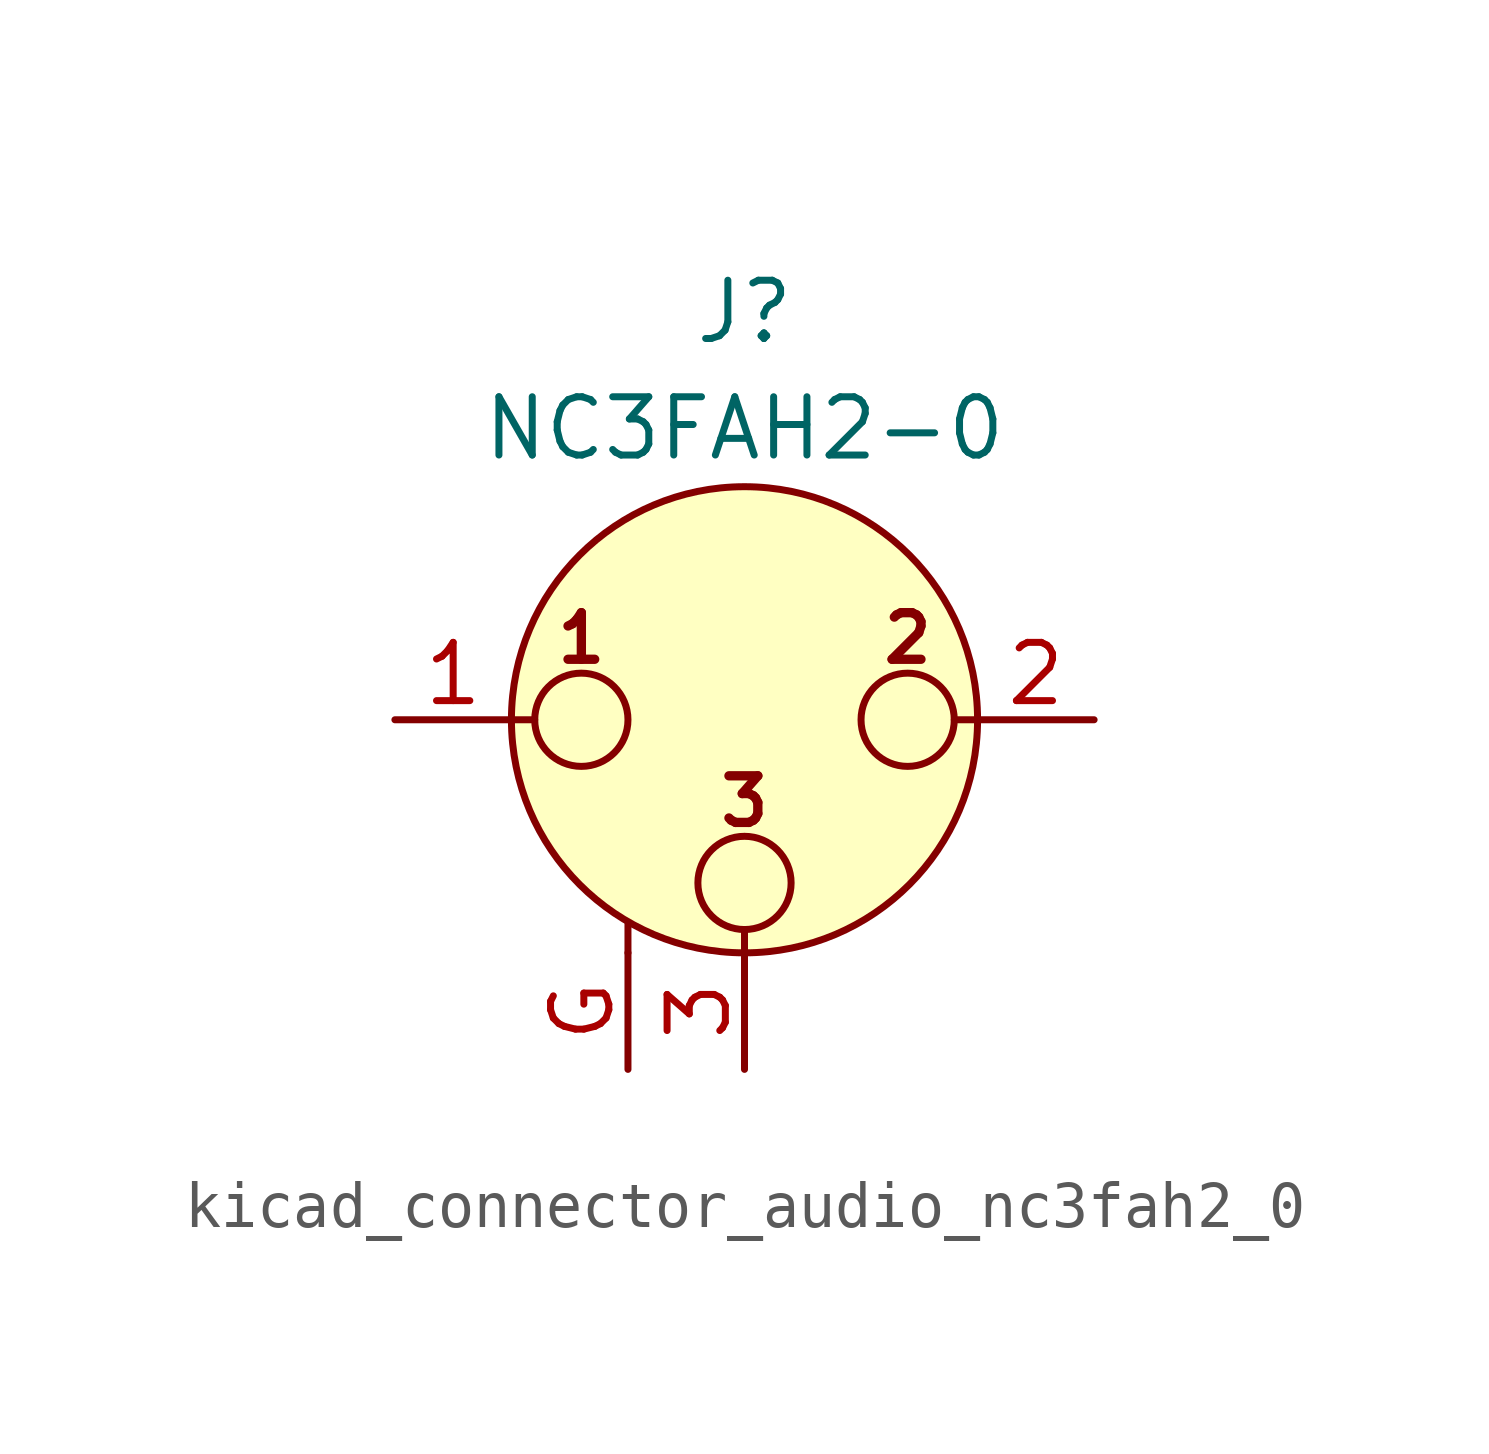
<source format=kicad_sym>
(kicad_symbol_lib
  (version 20220914)
  (generator kicad_symbol_editor)
  (symbol "kicad_connector_audio_nc3fah2_0"
    (pin_names hide)
    (property "Reference" "J"
      (at 0 8.89 0)
      (effects (font (size 1.27 1.27))))
    (property "Value" "NC3FAH2-0"
      (at 0 6.35 0)
      (effects (font (size 1.27 1.27))))
    (symbol "kicad_connector_audio_nc3fah2_0_0_1"
      (circle (center -3.556 0) (radius 1.016) (stroke (width 0) (type default)) (fill (type none)))
      (circle (center 0 -3.556) (radius 1.016) (stroke (width 0) (type default)) (fill (type none)))
      (polyline (pts (xy -5.08 0) (xy -4.572 0)) (stroke (width 0) (type default)) (fill (type none)))
      (polyline (pts (xy -2.54 -5.08) (xy -2.54 -4.445)) (stroke (width 0) (type default)) (fill (type none)))
      (polyline (pts (xy 0 -5.08) (xy 0 -4.572)) (stroke (width 0) (type default)) (fill (type none)))
      (polyline (pts (xy 5.08 0) (xy 4.572 0)) (stroke (width 0) (type default)) (fill (type none)))
      (circle (center 0 0) (radius 5.08) (stroke (width 0) (type default)) (fill (type background)))
      (circle (center 3.556 0) (radius 1.016) (stroke (width 0) (type default)) (fill (type none)))
      (text "1" (at -3.556 1.778 0) (effects (font (size 1.016 1.016) bold)))
      (text "2" (at 3.556 1.778 0) (effects (font (size 1.016 1.016) bold)))
      (text "3" (at 0 -1.778 0) (effects (font (size 1.016 1.016) bold)))
      (pin passive line (at -7.62 0 0) (length 2.54) (name "~" (effects (font (size 1.27 1.27)))) (number "1" (effects (font (size 1.27 1.27)))))
      (pin passive line (at 7.62 0 180) (length 2.54) (name "~" (effects (font (size 1.27 1.27)))) (number "2" (effects (font (size 1.27 1.27)))))
      (pin passive line (at 0 -7.62 90) (length 2.54) (name "~" (effects (font (size 1.27 1.27)))) (number "3" (effects (font (size 1.27 1.27))))))
    (symbol "kicad_connector_audio_nc3fah2_0_1_1"
      (pin passive line (at -2.54 -7.62 90) (length 2.54) (name "~" (effects (font (size 1.27 1.27)))) (number "G" (effects (font (size 1.27 1.27))))))))
</source>
